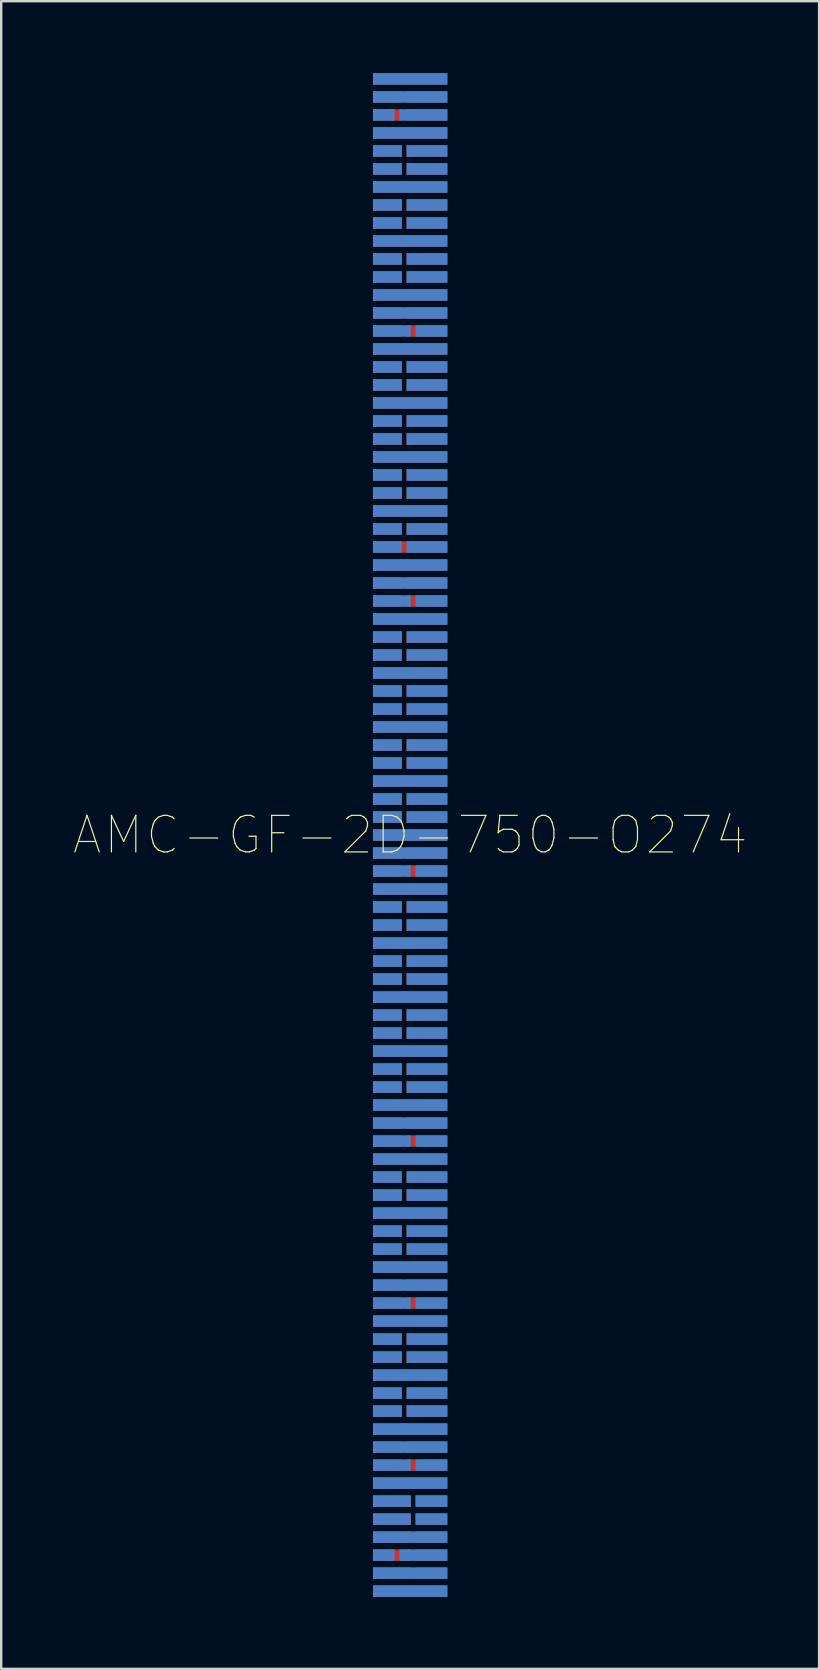
<source format=kicad_pcb>
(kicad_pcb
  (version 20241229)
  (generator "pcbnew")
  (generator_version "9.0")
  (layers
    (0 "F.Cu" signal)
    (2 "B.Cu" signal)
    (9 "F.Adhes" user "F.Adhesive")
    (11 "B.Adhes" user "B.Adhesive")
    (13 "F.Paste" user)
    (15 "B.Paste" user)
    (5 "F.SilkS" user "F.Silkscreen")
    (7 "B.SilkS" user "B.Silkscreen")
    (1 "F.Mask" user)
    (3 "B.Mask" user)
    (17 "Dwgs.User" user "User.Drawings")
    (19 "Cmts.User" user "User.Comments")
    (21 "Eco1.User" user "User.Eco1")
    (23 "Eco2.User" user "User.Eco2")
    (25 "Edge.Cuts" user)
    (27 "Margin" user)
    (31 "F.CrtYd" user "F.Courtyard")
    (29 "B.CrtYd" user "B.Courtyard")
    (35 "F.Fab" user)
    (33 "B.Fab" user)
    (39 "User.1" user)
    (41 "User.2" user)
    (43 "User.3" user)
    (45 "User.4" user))
  (footprint "AMC-GF-2D-750-O274"
    (layer "F.Cu")
    (at 14.038 31.74)
    (property "Reference" "AMC-GF-2D-750-O274" (at 0 0 0) (layer "F.SilkS") (effects (font (size 1.524 1.524) (thickness 0.05))))
    (attr exclude_from_pos_files exclude_from_bom)
    (pad "1" smd rect (at 0 31.5 90) (size 0.48 3.1) (layers "B.Cu" "B.Mask"))
    (pad "2" smd rect (at 0 30.75 90) (size 0.48 3.1) (layers "B.Cu" "B.Mask"))
    (pad "3" smd rect (at -1.1 30 90) (size 0.48 0.9) (layers "B.Cu" "B.Mask"))
    (pad "4" smd rect (at 0 29.25 90) (size 0.48 3.1) (layers "B.Cu" "B.Mask"))
    (pad "5" smd rect (at -0.762 28.5 90) (size 0.48 1.575) (layers "B.Cu" "B.Mask"))
    (pad "6" smd rect (at -0.762 27.75 90) (size 0.48 1.575) (layers "B.Cu" "B.Mask"))
    (pad "7" smd rect (at 0 27 90) (size 0.48 3.1) (layers "B.Cu" "B.Mask"))
    (pad "8" smd rect (at -0.762 26.25 90) (size 0.48 1.575) (layers "B.Cu" "B.Mask"))
    (pad "9" smd rect (at 0 25.5 90) (size 0.48 3.1) (layers "B.Cu" "B.Mask"))
    (pad "10" smd rect (at 0 24.75 90) (size 0.48 3.1) (layers "B.Cu" "B.Mask"))
    (pad "11" smd rect (at -0.95 24 90) (size 0.48 1.2) (layers "B.Cu" "B.Mask"))
    (pad "12" smd rect (at -0.95 23.25 90) (size 0.48 1.2) (layers "B.Cu" "B.Mask"))
    (pad "13" smd rect (at 0 22.5 90) (size 0.48 3.1) (layers "B.Cu" "B.Mask"))
    (pad "14" smd rect (at -0.95 21.75 90) (size 0.48 1.2) (layers "B.Cu" "B.Mask"))
    (pad "15" smd rect (at -0.95 21 90) (size 0.48 1.2) (layers "B.Cu" "B.Mask"))
    (pad "16" smd rect (at 0 20.25 90) (size 0.48 3.1) (layers "B.Cu" "B.Mask"))
    (pad "17" smd rect (at -0.762 19.5 90) (size 0.48 1.575) (layers "B.Cu" "B.Mask"))
    (pad "18" smd rect (at 0 18.75 90) (size 0.48 3.1) (layers "B.Cu" "B.Mask"))
    (pad "19" smd rect (at 0 18 90) (size 0.48 3.1) (layers "B.Cu" "B.Mask"))
    (pad "20" smd rect (at -0.95 17.25 90) (size 0.48 1.2) (layers "B.Cu" "B.Mask"))
    (pad "21" smd rect (at -0.95 16.5 90) (size 0.48 1.2) (layers "B.Cu" "B.Mask"))
    (pad "22" smd rect (at 0 15.75 90) (size 0.48 3.1) (layers "B.Cu" "B.Mask"))
    (pad "23" smd rect (at -0.95 15 90) (size 0.48 1.2) (layers "B.Cu" "B.Mask"))
    (pad "24" smd rect (at -0.95 14.25 90) (size 0.48 1.2) (layers "B.Cu" "B.Mask"))
    (pad "25" smd rect (at 0 13.5 90) (size 0.48 3.1) (layers "B.Cu" "B.Mask"))
    (pad "26" smd rect (at -0.762 12.75 90) (size 0.48 1.575) (layers "B.Cu" "B.Mask"))
    (pad "27" smd rect (at 0 12 90) (size 0.48 3.1) (layers "B.Cu" "B.Mask"))
    (pad "28" smd rect (at 0 11.25 90) (size 0.48 3.1) (layers "B.Cu" "B.Mask"))
    (pad "29" smd rect (at -0.95 10.5 90) (size 0.48 1.2) (layers "B.Cu" "B.Mask"))
    (pad "30" smd rect (at -0.95 9.75 90) (size 0.48 1.2) (layers "B.Cu" "B.Mask"))
    (pad "31" smd rect (at 0 9 90) (size 0.48 3.1) (layers "B.Cu" "B.Mask"))
    (pad "32" smd rect (at -0.95 8.25 90) (size 0.48 1.2) (layers "B.Cu" "B.Mask"))
    (pad "33" smd rect (at -0.95 7.5 90) (size 0.48 1.2) (layers "B.Cu" "B.Mask"))
    (pad "34" smd rect (at 0 6.75 90) (size 0.48 3.1) (layers "B.Cu" "B.Mask"))
    (pad "35" smd rect (at -0.95 6 90) (size 0.48 1.2) (layers "B.Cu" "B.Mask"))
    (pad "36" smd rect (at -0.95 5.25 90) (size 0.48 1.2) (layers "B.Cu" "B.Mask"))
    (pad "37" smd rect (at 0 4.5 90) (size 0.48 3.1) (layers "B.Cu" "B.Mask"))
    (pad "38" smd rect (at -0.95 3.75 90) (size 0.48 1.2) (layers "B.Cu" "B.Mask"))
    (pad "39" smd rect (at -0.95 3 90) (size 0.48 1.2) (layers "B.Cu" "B.Mask"))
    (pad "40" smd rect (at 0 2.25 90) (size 0.48 3.1) (layers "B.Cu" "B.Mask"))
    (pad "41" smd rect (at -0.762 1.5 90) (size 0.48 1.575) (layers "B.Cu" "B.Mask"))
    (pad "42" smd rect (at 0 0.75 90) (size 0.48 3.1) (layers "B.Cu" "B.Mask"))
    (pad "43" smd rect (at 0 0 90) (size 0.48 3.1) (layers "B.Cu" "B.Mask"))
    (pad "44" smd rect (at -0.95 -0.75 90) (size 0.48 1.2) (layers "B.Cu" "B.Mask"))
    (pad "45" smd rect (at -0.95 -1.5 90) (size 0.48 1.2) (layers "B.Cu" "B.Mask"))
    (pad "46" smd rect (at 0 -2.25 90) (size 0.48 3.1) (layers "B.Cu" "B.Mask"))
    (pad "47" smd rect (at -0.95 -3 90) (size 0.48 1.2) (layers "B.Cu" "B.Mask"))
    (pad "48" smd rect (at -0.95 -3.75 90) (size 0.48 1.2) (layers "B.Cu" "B.Mask"))
    (pad "49" smd rect (at 0 -4.5 90) (size 0.48 3.1) (layers "B.Cu" "B.Mask"))
    (pad "50" smd rect (at -0.95 -5.25 90) (size 0.48 1.2) (layers "B.Cu" "B.Mask"))
    (pad "51" smd rect (at -0.95 -6 90) (size 0.48 1.2) (layers "B.Cu" "B.Mask"))
    (pad "52" smd rect (at 0 -6.75 90) (size 0.48 3.1) (layers "B.Cu" "B.Mask"))
    (pad "53" smd rect (at -0.95 -7.5 90) (size 0.48 1.2) (layers "B.Cu" "B.Mask"))
    (pad "54" smd rect (at -0.95 -8.25 90) (size 0.48 1.2) (layers "B.Cu" "B.Mask"))
    (pad "55" smd rect (at 0 -9 90) (size 0.48 3.1) (layers "B.Cu" "B.Mask"))
    (pad "56" smd rect (at -0.762 -9.75 90) (size 0.48 1.575) (layers "B.Cu" "B.Mask"))
    (pad "57" smd rect (at 0 -10.5 90) (size 0.48 3.1) (layers "B.Cu" "B.Mask"))
    (pad "58" smd rect (at 0 -11.25 90) (size 0.48 3.1) (layers "B.Cu" "B.Mask"))
    (pad "59" smd rect (at -0.95 -12 90) (size 0.48 1.2) (layers "B.Cu" "B.Mask"))
    (pad "60" smd rect (at -0.95 -12.75 90) (size 0.48 1.2) (layers "B.Cu" "B.Mask"))
    (pad "61" smd rect (at 0 -13.5 90) (size 0.48 3.1) (layers "B.Cu" "B.Mask"))
    (pad "62" smd rect (at -0.95 -14.25 90) (size 0.48 1.2) (layers "B.Cu" "B.Mask"))
    (pad "63" smd rect (at -0.95 -15 90) (size 0.48 1.2) (layers "B.Cu" "B.Mask"))
    (pad "64" smd rect (at 0 -15.75 90) (size 0.48 3.1) (layers "B.Cu" "B.Mask"))
    (pad "65" smd rect (at -0.95 -16.5 90) (size 0.48 1.2) (layers "B.Cu" "B.Mask"))
    (pad "66" smd rect (at -0.95 -17.25 90) (size 0.48 1.2) (layers "B.Cu" "B.Mask"))
    (pad "67" smd rect (at 0 -18 90) (size 0.48 3.1) (layers "B.Cu" "B.Mask"))
    (pad "68" smd rect (at -0.95 -18.75 90) (size 0.48 1.2) (layers "B.Cu" "B.Mask"))
    (pad "69" smd rect (at -0.95 -19.5 90) (size 0.48 1.2) (layers "B.Cu" "B.Mask"))
    (pad "70" smd rect (at 0 -20.25 90) (size 0.48 3.1) (layers "B.Cu" "B.Mask"))
    (pad "71" smd rect (at -0.762 -21 90) (size 0.48 1.575) (layers "B.Cu" "B.Mask"))
    (pad "72" smd rect (at 0 -21.75 90) (size 0.48 3.1) (layers "B.Cu" "B.Mask"))
    (pad "73" smd rect (at 0 -22.5 90) (size 0.48 3.1) (layers "B.Cu" "B.Mask"))
    (pad "74" smd rect (at -0.95 -23.25 90) (size 0.48 1.2) (layers "B.Cu" "B.Mask"))
    (pad "75" smd rect (at -0.95 -24 90) (size 0.48 1.2) (layers "B.Cu" "B.Mask"))
    (pad "76" smd rect (at 0 -24.75 90) (size 0.48 3.1) (layers "B.Cu" "B.Mask"))
    (pad "77" smd rect (at -0.95 -25.5 90) (size 0.48 1.2) (layers "B.Cu" "B.Mask"))
    (pad "78" smd rect (at -0.95 -26.25 90) (size 0.48 1.2) (layers "B.Cu" "B.Mask"))
    (pad "79" smd rect (at 0 -27 90) (size 0.48 3.1) (layers "B.Cu" "B.Mask"))
    (pad "80" smd rect (at -0.95 -27.75 90) (size 0.48 1.2) (layers "B.Cu" "B.Mask"))
    (pad "81" smd rect (at -0.95 -28.5 90) (size 0.48 1.2) (layers "B.Cu" "B.Mask"))
    (pad "82" smd rect (at 0 -29.25 90) (size 0.48 3.1) (layers "B.Cu" "B.Mask"))
    (pad "83" smd rect (at -1.1 -30 90) (size 0.48 0.9) (layers "B.Cu" "B.Mask"))
    (pad "84" smd rect (at 0 -30.75 90) (size 0.48 3.1) (layers "B.Cu" "B.Mask"))
    (pad "85" smd rect (at 0 -31.5 90) (size 0.48 3.1) (layers "B.Cu" "B.Mask"))
    (pad "86" smd rect (at 0 -31.5 270) (size 0.48 3.1) (layers "F.Cu" "F.Mask"))
    (pad "87" smd rect (at -0.95 -30.75 270) (size 0.48 1.2) (layers "F.Cu" "F.Mask"))
    (pad "88" smd rect (at -0.95 -30 270) (size 0.48 1.2) (layers "F.Cu" "F.Mask"))
    (pad "89" smd rect (at 0 -29.25 270) (size 0.48 3.1) (layers "F.Cu" "F.Mask"))
    (pad "90" smd rect (at -0.95 -28.5 270) (size 0.48 1.2) (layers "F.Cu" "F.Mask"))
    (pad "91" smd rect (at -0.95 -27.75 270) (size 0.48 1.2) (layers "F.Cu" "F.Mask"))
    (pad "92" smd rect (at 0 -27 270) (size 0.48 3.1) (layers "F.Cu" "F.Mask"))
    (pad "93" smd rect (at -0.95 -26.25 270) (size 0.48 1.2) (layers "F.Cu" "F.Mask"))
    (pad "94" smd rect (at -0.95 -25.5 270) (size 0.48 1.2) (layers "F.Cu" "F.Mask"))
    (pad "95" smd rect (at 0 -24.75 270) (size 0.48 3.1) (layers "F.Cu" "F.Mask"))
    (pad "96" smd rect (at -0.95 -24 270) (size 0.48 1.2) (layers "F.Cu" "F.Mask"))
    (pad "97" smd rect (at -0.95 -23.25 270) (size 0.48 1.2) (layers "F.Cu" "F.Mask"))
    (pad "98" smd rect (at 0 -22.5 270) (size 0.48 3.1) (layers "F.Cu" "F.Mask"))
    (pad "99" smd rect (at -0.95 -21.75 270) (size 0.48 1.2) (layers "F.Cu" "F.Mask"))
    (pad "100" smd rect (at -0.95 -21 270) (size 0.48 1.2) (layers "F.Cu" "F.Mask"))
    (pad "101" smd rect (at 0 -20.25 270) (size 0.48 3.1) (layers "F.Cu" "F.Mask"))
    (pad "102" smd rect (at -0.95 -19.5 270) (size 0.48 1.2) (layers "F.Cu" "F.Mask"))
    (pad "103" smd rect (at -0.95 -18.75 270) (size 0.48 1.2) (layers "F.Cu" "F.Mask"))
    (pad "104" smd rect (at 0 -18 270) (size 0.48 3.1) (layers "F.Cu" "F.Mask"))
    (pad "105" smd rect (at -0.95 -17.25 270) (size 0.48 1.2) (layers "F.Cu" "F.Mask"))
    (pad "106" smd rect (at -0.95 -16.5 270) (size 0.48 1.2) (layers "F.Cu" "F.Mask"))
    (pad "107" smd rect (at 0 -15.75 270) (size 0.48 3.1) (layers "F.Cu" "F.Mask"))
    (pad "108" smd rect (at -0.95 -15 270) (size 0.48 1.2) (layers "F.Cu" "F.Mask"))
    (pad "109" smd rect (at -0.95 -14.25 270) (size 0.48 1.2) (layers "F.Cu" "F.Mask"))
    (pad "110" smd rect (at 0 -13.5 270) (size 0.48 3.1) (layers "F.Cu" "F.Mask"))
    (pad "111" smd rect (at -0.95 -12.75 270) (size 0.48 1.2) (layers "F.Cu" "F.Mask"))
    (pad "112" smd rect (at 0 -12 270) (size 0.48 3.1) (layers "F.Cu" "F.Mask"))
    (pad "113" smd rect (at 0 -11.25 270) (size 0.48 3.1) (layers "F.Cu" "F.Mask"))
    (pad "114" smd rect (at -0.95 -10.5 270) (size 0.48 1.2) (layers "F.Cu" "F.Mask"))
    (pad "115" smd rect (at -0.95 -9.75 270) (size 0.48 1.2) (layers "F.Cu" "F.Mask"))
    (pad "116" smd rect (at 0 -9 270) (size 0.48 3.1) (layers "F.Cu" "F.Mask"))
    (pad "117" smd rect (at -0.95 -8.25 270) (size 0.48 1.2) (layers "F.Cu" "F.Mask"))
    (pad "118" smd rect (at -0.95 -7.5 270) (size 0.48 1.2) (layers "F.Cu" "F.Mask"))
    (pad "119" smd rect (at 0 -6.75 270) (size 0.48 3.1) (layers "F.Cu" "F.Mask"))
    (pad "120" smd rect (at -0.95 -6 270) (size 0.48 1.2) (layers "F.Cu" "F.Mask"))
    (pad "121" smd rect (at -0.95 -5.25 270) (size 0.48 1.2) (layers "F.Cu" "F.Mask"))
    (pad "122" smd rect (at 0 -4.5 270) (size 0.48 3.1) (layers "F.Cu" "F.Mask"))
    (pad "123" smd rect (at -0.95 -3.75 270) (size 0.48 1.2) (layers "F.Cu" "F.Mask"))
    (pad "124" smd rect (at -0.95 -3 270) (size 0.48 1.2) (layers "F.Cu" "F.Mask"))
    (pad "125" smd rect (at 0 -2.25 270) (size 0.48 3.1) (layers "F.Cu" "F.Mask"))
    (pad "126" smd rect (at -0.95 -1.5 270) (size 0.48 1.2) (layers "F.Cu" "F.Mask"))
    (pad "127" smd rect (at -0.95 -0.75 270) (size 0.48 1.2) (layers "F.Cu" "F.Mask"))
    (pad "128" smd rect (at 0 0 270) (size 0.48 3.1) (layers "F.Cu" "F.Mask"))
    (pad "129" smd rect (at -0.95 0.75 270) (size 0.48 1.2) (layers "F.Cu" "F.Mask"))
    (pad "130" smd rect (at -0.95 1.5 270) (size 0.48 1.2) (layers "F.Cu" "F.Mask"))
    (pad "131" smd rect (at 0 2.25 270) (size 0.48 3.1) (layers "F.Cu" "F.Mask"))
    (pad "132" smd rect (at -0.95 3 270) (size 0.48 1.2) (layers "F.Cu" "F.Mask"))
    (pad "133" smd rect (at -0.95 3.75 270) (size 0.48 1.2) (layers "F.Cu" "F.Mask"))
    (pad "134" smd rect (at 0 4.5 270) (size 0.48 3.1) (layers "F.Cu" "F.Mask"))
    (pad "135" smd rect (at -0.95 5.25 270) (size 0.48 1.2) (layers "F.Cu" "F.Mask"))
    (pad "136" smd rect (at -0.95 6 270) (size 0.48 1.2) (layers "F.Cu" "F.Mask"))
    (pad "137" smd rect (at 0 6.75 270) (size 0.48 3.1) (layers "F.Cu" "F.Mask"))
    (pad "138" smd rect (at -0.95 7.5 270) (size 0.48 1.2) (layers "F.Cu" "F.Mask"))
    (pad "139" smd rect (at -0.95 8.25 270) (size 0.48 1.2) (layers "F.Cu" "F.Mask"))
    (pad "140" smd rect (at 0 9 270) (size 0.48 3.1) (layers "F.Cu" "F.Mask"))
    (pad "141" smd rect (at -0.95 9.75 270) (size 0.48 1.2) (layers "F.Cu" "F.Mask"))
    (pad "142" smd rect (at -0.95 10.5 270) (size 0.48 1.2) (layers "F.Cu" "F.Mask"))
    (pad "143" smd rect (at 0 11.25 270) (size 0.48 3.1) (layers "F.Cu" "F.Mask"))
    (pad "144" smd rect (at -0.95 12 270) (size 0.48 1.2) (layers "F.Cu" "F.Mask"))
    (pad "145" smd rect (at -0.95 12.75 270) (size 0.48 1.2) (layers "F.Cu" "F.Mask"))
    (pad "146" smd rect (at 0 13.5 270) (size 0.48 3.1) (layers "F.Cu" "F.Mask"))
    (pad "147" smd rect (at -0.95 14.25 270) (size 0.48 1.2) (layers "F.Cu" "F.Mask"))
    (pad "148" smd rect (at -0.95 15 270) (size 0.48 1.2) (layers "F.Cu" "F.Mask"))
    (pad "149" smd rect (at 0 15.75 270) (size 0.48 3.1) (layers "F.Cu" "F.Mask"))
    (pad "150" smd rect (at -0.95 16.5 270) (size 0.48 1.2) (layers "F.Cu" "F.Mask"))
    (pad "151" smd rect (at -0.95 17.25 270) (size 0.48 1.2) (layers "F.Cu" "F.Mask"))
    (pad "152" smd rect (at 0 18 270) (size 0.48 3.1) (layers "F.Cu" "F.Mask"))
    (pad "153" smd rect (at -0.95 18.75 270) (size 0.48 1.2) (layers "F.Cu" "F.Mask"))
    (pad "154" smd rect (at -0.95 19.5 270) (size 0.48 1.2) (layers "F.Cu" "F.Mask"))
    (pad "155" smd rect (at 0 20.25 270) (size 0.48 3.1) (layers "F.Cu" "F.Mask"))
    (pad "156" smd rect (at -0.95 21 270) (size 0.48 1.2) (layers "F.Cu" "F.Mask"))
    (pad "157" smd rect (at -0.95 21.75 270) (size 0.48 1.2) (layers "F.Cu" "F.Mask"))
    (pad "158" smd rect (at 0 22.5 270) (size 0.48 3.1) (layers "F.Cu" "F.Mask"))
    (pad "159" smd rect (at -0.95 23.25 270) (size 0.48 1.2) (layers "F.Cu" "F.Mask"))
    (pad "160" smd rect (at -0.95 24 270) (size 0.48 1.2) (layers "F.Cu" "F.Mask"))
    (pad "161" smd rect (at 0 24.75 270) (size 0.48 3.1) (layers "F.Cu" "F.Mask"))
    (pad "162" smd rect (at -0.95 25.5 270) (size 0.48 1.2) (layers "F.Cu" "F.Mask"))
    (pad "163" smd rect (at -0.95 26.25 270) (size 0.48 1.2) (layers "F.Cu" "F.Mask"))
    (pad "164" smd rect (at 0 27 270) (size 0.48 3.1) (layers "F.Cu" "F.Mask"))
    (pad "165" smd rect (at -0.762 27.75 270) (size 0.48 1.575) (layers "F.Cu" "F.Mask"))
    (pad "166" smd rect (at -0.762 28.5 270) (size 0.48 1.575) (layers "F.Cu" "F.Mask"))
    (pad "167" smd rect (at -0.762 29.25 270) (size 0.48 1.575) (layers "F.Cu" "F.Mask"))
    (pad "168" smd rect (at -0.762 30 270) (size 0.48 1.575) (layers "F.Cu" "F.Mask"))
    (pad "169" smd rect (at -0.762 30.75 270) (size 0.48 1.575) (layers "F.Cu" "F.Mask"))
    (pad "170" smd rect (at 0 31.5 270) (size 0.48 3.1) (layers "F.Cu" "F.Mask"))
    (pad "171" smd rect (at 0.887 1.5 90) (size 0.48 1.325) (layers "B.Cu" "B.Mask"))
    (pad "172" smd rect (at 0.7 10.5 90) (size 0.48 1.7) (layers "B.Cu" "B.Mask"))
    (pad "173" smd rect (at 0.887 12.75 90) (size 0.48 1.325) (layers "B.Cu" "B.Mask"))
    (pad "174" smd rect (at 0.7 14.25 90) (size 0.48 1.7) (layers "B.Cu" "B.Mask"))
    (pad "175" smd rect (at 0.7 15 90) (size 0.48 1.7) (layers "B.Cu" "B.Mask"))
    (pad "176" smd rect (at 0.7 16.5 90) (size 0.48 1.7) (layers "B.Cu" "B.Mask"))
    (pad "177" smd rect (at 0.7 17.25 90) (size 0.48 1.7) (layers "B.Cu" "B.Mask"))
    (pad "178" smd rect (at 0.887 19.5 90) (size 0.48 1.325) (layers "B.Cu" "B.Mask"))
    (pad "179" smd rect (at 0.7 21 90) (size 0.48 1.7) (layers "B.Cu" "B.Mask"))
    (pad "180" smd rect (at 0.7 21.75 90) (size 0.48 1.7) (layers "B.Cu" "B.Mask"))
    (pad "181" smd rect (at 0.7 23.25 90) (size 0.48 1.7) (layers "B.Cu" "B.Mask"))
    (pad "182" smd rect (at 0.7 24 90) (size 0.48 1.7) (layers "B.Cu" "B.Mask"))
    (pad "183" smd rect (at 0.887 26.25 90) (size 0.48 1.325) (layers "B.Cu" "B.Mask"))
    (pad "184" smd rect (at 0.887 27.75 90) (size 0.48 1.325) (layers "B.Cu" "B.Mask"))
    (pad "185" smd rect (at 0.887 28.5 90) (size 0.48 1.325) (layers "B.Cu" "B.Mask"))
    (pad "186" smd rect (at 0.7 3 90) (size 0.48 1.7) (layers "B.Cu" "B.Mask"))
    (pad "187" smd rect (at 0.7 3.75 90) (size 0.48 1.7) (layers "B.Cu" "B.Mask"))
    (pad "188" smd rect (at 0.55 30 90) (size 0.48 2) (layers "B.Cu" "B.Mask"))
    (pad "189" smd rect (at 0.7 5.25 90) (size 0.48 1.7) (layers "B.Cu" "B.Mask"))
    (pad "190" smd rect (at 0.7 6 90) (size 0.48 1.7) (layers "B.Cu" "B.Mask"))
    (pad "191" smd rect (at 0.7 7.5 90) (size 0.48 1.7) (layers "B.Cu" "B.Mask"))
    (pad "192" smd rect (at 0.7 8.25 90) (size 0.48 1.7) (layers "B.Cu" "B.Mask"))
    (pad "193" smd rect (at 0.7 9.75 90) (size 0.48 1.7) (layers "B.Cu" "B.Mask"))
    (pad "194" smd rect (at 0.7 -0.75 90) (size 0.48 1.7) (layers "B.Cu" "B.Mask"))
    (pad "195" smd rect (at 0.7 -1.5 90) (size 0.48 1.7) (layers "B.Cu" "B.Mask"))
    (pad "196" smd rect (at 0.7 -12 90) (size 0.48 1.7) (layers "B.Cu" "B.Mask"))
    (pad "197" smd rect (at 0.7 -12.75 90) (size 0.48 1.7) (layers "B.Cu" "B.Mask"))
    (pad "198" smd rect (at 0.7 -14.25 90) (size 0.48 1.7) (layers "B.Cu" "B.Mask"))
    (pad "199" smd rect (at 0.7 -15 90) (size 0.48 1.7) (layers "B.Cu" "B.Mask"))
    (pad "200" smd rect (at 0.7 -16.5 90) (size 0.48 1.7) (layers "B.Cu" "B.Mask"))
    (pad "201" smd rect (at 0.7 -17.25 90) (size 0.48 1.7) (layers "B.Cu" "B.Mask"))
    (pad "202" smd rect (at 0.7 -18.75 90) (size 0.48 1.7) (layers "B.Cu" "B.Mask"))
    (pad "203" smd rect (at 0.7 -19.5 90) (size 0.48 1.7) (layers "B.Cu" "B.Mask"))
    (pad "204" smd rect (at 0.887 -21 90) (size 0.48 1.325) (layers "B.Cu" "B.Mask"))
    (pad "205" smd rect (at 0.7 -23.25 90) (size 0.48 1.7) (layers "B.Cu" "B.Mask"))
    (pad "206" smd rect (at 0.7 -24 90) (size 0.48 1.7) (layers "B.Cu" "B.Mask"))
    (pad "207" smd rect (at 0.7 -25.5 90) (size 0.48 1.7) (layers "B.Cu" "B.Mask"))
    (pad "208" smd rect (at 0.7 -26.25 90) (size 0.48 1.7) (layers "B.Cu" "B.Mask"))
    (pad "209" smd rect (at 0.7 -27.75 90) (size 0.48 1.7) (layers "B.Cu" "B.Mask"))
    (pad "210" smd rect (at 0.7 -28.5 90) (size 0.48 1.7) (layers "B.Cu" "B.Mask"))
    (pad "211" smd rect (at 0.7 -3 90) (size 0.48 1.7) (layers "B.Cu" "B.Mask"))
    (pad "212" smd rect (at 0.7 -3.75 90) (size 0.48 1.7) (layers "B.Cu" "B.Mask"))
    (pad "213" smd rect (at 0.55 -30 90) (size 0.48 2) (layers "B.Cu" "B.Mask"))
    (pad "214" smd rect (at 0.7 -5.25 90) (size 0.48 1.7) (layers "B.Cu" "B.Mask"))
    (pad "215" smd rect (at 0.7 -6 90) (size 0.48 1.7) (layers "B.Cu" "B.Mask"))
    (pad "216" smd rect (at 0.7 -7.5 90) (size 0.48 1.7) (layers "B.Cu" "B.Mask"))
    (pad "217" smd rect (at 0.7 -8.25 90) (size 0.48 1.7) (layers "B.Cu" "B.Mask"))
    (pad "218" smd rect (at 0.887 -9.75 90) (size 0.48 1.325) (layers "B.Cu" "B.Mask"))
    (pad "219" smd rect (at 0.7 0.75 270) (size 0.48 1.7) (layers "F.Cu" "F.Mask"))
    (pad "220" smd rect (at 0.7 1.5 270) (size 0.48 1.7) (layers "F.Cu" "F.Mask"))
    (pad "221" smd rect (at 0.7 10.5 270) (size 0.48 1.7) (layers "F.Cu" "F.Mask"))
    (pad "222" smd rect (at 0.7 12 270) (size 0.48 1.7) (layers "F.Cu" "F.Mask"))
    (pad "223" smd rect (at 0.7 12.75 270) (size 0.48 1.7) (layers "F.Cu" "F.Mask"))
    (pad "224" smd rect (at 0.7 14.25 270) (size 0.48 1.7) (layers "F.Cu" "F.Mask"))
    (pad "225" smd rect (at 0.7 15 270) (size 0.48 1.7) (layers "F.Cu" "F.Mask"))
    (pad "226" smd rect (at 0.7 16.5 270) (size 0.48 1.7) (layers "F.Cu" "F.Mask"))
    (pad "227" smd rect (at 0.7 17.25 270) (size 0.48 1.7) (layers "F.Cu" "F.Mask"))
    (pad "228" smd rect (at 0.7 18.75 270) (size 0.48 1.7) (layers "F.Cu" "F.Mask"))
    (pad "229" smd rect (at 0.7 19.5 270) (size 0.48 1.7) (layers "F.Cu" "F.Mask"))
    (pad "230" smd rect (at 0.7 21 270) (size 0.48 1.7) (layers "F.Cu" "F.Mask"))
    (pad "231" smd rect (at 0.7 21.75 270) (size 0.48 1.7) (layers "F.Cu" "F.Mask"))
    (pad "232" smd rect (at 0.7 23.25 270) (size 0.48 1.7) (layers "F.Cu" "F.Mask"))
    (pad "233" smd rect (at 0.7 24 270) (size 0.48 1.7) (layers "F.Cu" "F.Mask"))
    (pad "234" smd rect (at 0.7 25.5 270) (size 0.48 1.7) (layers "F.Cu" "F.Mask"))
    (pad "235" smd rect (at 0.7 26.25 270) (size 0.48 1.7) (layers "F.Cu" "F.Mask"))
    (pad "236" smd rect (at 0.887 27.75 270) (size 0.48 1.325) (layers "F.Cu" "F.Mask"))
    (pad "237" smd rect (at 0.887 28.5 270) (size 0.48 1.325) (layers "F.Cu" "F.Mask"))
    (pad "238" smd rect (at 0.887 29.25 270) (size 0.48 1.325) (layers "F.Cu" "F.Mask"))
    (pad "239" smd rect (at 0.7 3 270) (size 0.48 1.7) (layers "F.Cu" "F.Mask"))
    (pad "240" smd rect (at 0.7 3.75 270) (size 0.48 1.7) (layers "F.Cu" "F.Mask"))
    (pad "241" smd rect (at 0.887 30 270) (size 0.48 1.325) (layers "F.Cu" "F.Mask"))
    (pad "242" smd rect (at 0.887 30.75 270) (size 0.48 1.325) (layers "F.Cu" "F.Mask"))
    (pad "243" smd rect (at 0.7 5.25 270) (size 0.48 1.7) (layers "F.Cu" "F.Mask"))
    (pad "244" smd rect (at 0.7 6 270) (size 0.48 1.7) (layers "F.Cu" "F.Mask"))
    (pad "245" smd rect (at 0.7 7.5 270) (size 0.48 1.7) (layers "F.Cu" "F.Mask"))
    (pad "246" smd rect (at 0.7 8.25 270) (size 0.48 1.7) (layers "F.Cu" "F.Mask"))
    (pad "247" smd rect (at 0.7 9.75 270) (size 0.48 1.7) (layers "F.Cu" "F.Mask"))
    (pad "248" smd rect (at 0.7 -0.75 270) (size 0.48 1.7) (layers "F.Cu" "F.Mask"))
    (pad "249" smd rect (at 0.7 -1.5 270) (size 0.48 1.7) (layers "F.Cu" "F.Mask"))
    (pad "250" smd rect (at 0.7 -10.5 270) (size 0.48 1.7) (layers "F.Cu" "F.Mask"))
    (pad "251" smd rect (at 0.7 -12.75 270) (size 0.48 1.7) (layers "F.Cu" "F.Mask"))
    (pad "252" smd rect (at 0.7 -14.25 270) (size 0.48 1.7) (layers "F.Cu" "F.Mask"))
    (pad "253" smd rect (at 0.7 -15 270) (size 0.48 1.7) (layers "F.Cu" "F.Mask"))
    (pad "254" smd rect (at 0.7 -16.5 270) (size 0.48 1.7) (layers "F.Cu" "F.Mask"))
    (pad "255" smd rect (at 0.7 -17.25 270) (size 0.48 1.7) (layers "F.Cu" "F.Mask"))
    (pad "256" smd rect (at 0.7 -18.75 270) (size 0.48 1.7) (layers "F.Cu" "F.Mask"))
    (pad "257" smd rect (at 0.7 -19.5 270) (size 0.48 1.7) (layers "F.Cu" "F.Mask"))
    (pad "258" smd rect (at 0.7 -21 270) (size 0.48 1.7) (layers "F.Cu" "F.Mask"))
    (pad "259" smd rect (at 0.7 -21.75 270) (size 0.48 1.7) (layers "F.Cu" "F.Mask"))
    (pad "260" smd rect (at 0.7 -23.25 270) (size 0.48 1.7) (layers "F.Cu" "F.Mask"))
    (pad "261" smd rect (at 0.7 -24 270) (size 0.48 1.7) (layers "F.Cu" "F.Mask"))
    (pad "262" smd rect (at 0.7 -25.5 270) (size 0.48 1.7) (layers "F.Cu" "F.Mask"))
    (pad "263" smd rect (at 0.7 -26.25 270) (size 0.48 1.7) (layers "F.Cu" "F.Mask"))
    (pad "264" smd rect (at 0.7 -27.75 270) (size 0.48 1.7) (layers "F.Cu" "F.Mask"))
    (pad "265" smd rect (at 0.7 -28.5 270) (size 0.48 1.7) (layers "F.Cu" "F.Mask"))
    (pad "266" smd rect (at 0.7 -3 270) (size 0.48 1.7) (layers "F.Cu" "F.Mask"))
    (pad "267" smd rect (at 0.7 -3.75 270) (size 0.48 1.7) (layers "F.Cu" "F.Mask"))
    (pad "268" smd rect (at 0.7 -30 270) (size 0.48 1.7) (layers "F.Cu" "F.Mask"))
    (pad "269" smd rect (at 0.7 -30.75 270) (size 0.48 1.7) (layers "F.Cu" "F.Mask"))
    (pad "270" smd rect (at 0.7 -5.25 270) (size 0.48 1.7) (layers "F.Cu" "F.Mask"))
    (pad "271" smd rect (at 0.7 -6 270) (size 0.48 1.7) (layers "F.Cu" "F.Mask"))
    (pad "272" smd rect (at 0.7 -7.5 270) (size 0.48 1.7) (layers "F.Cu" "F.Mask"))
    (pad "273" smd rect (at 0.7 -8.25 270) (size 0.48 1.7) (layers "F.Cu" "F.Mask"))
    (pad "274" smd rect (at 0.7 -9.75 270) (size 0.48 1.7) (layers "F.Cu" "F.Mask")))
  (gr_rect
    (start -3 -3)
    (end 31.075 66.48)
    (stroke (width 0.1) (type default))
    (fill no)
    (layer "Edge.Cuts")))
</source>
